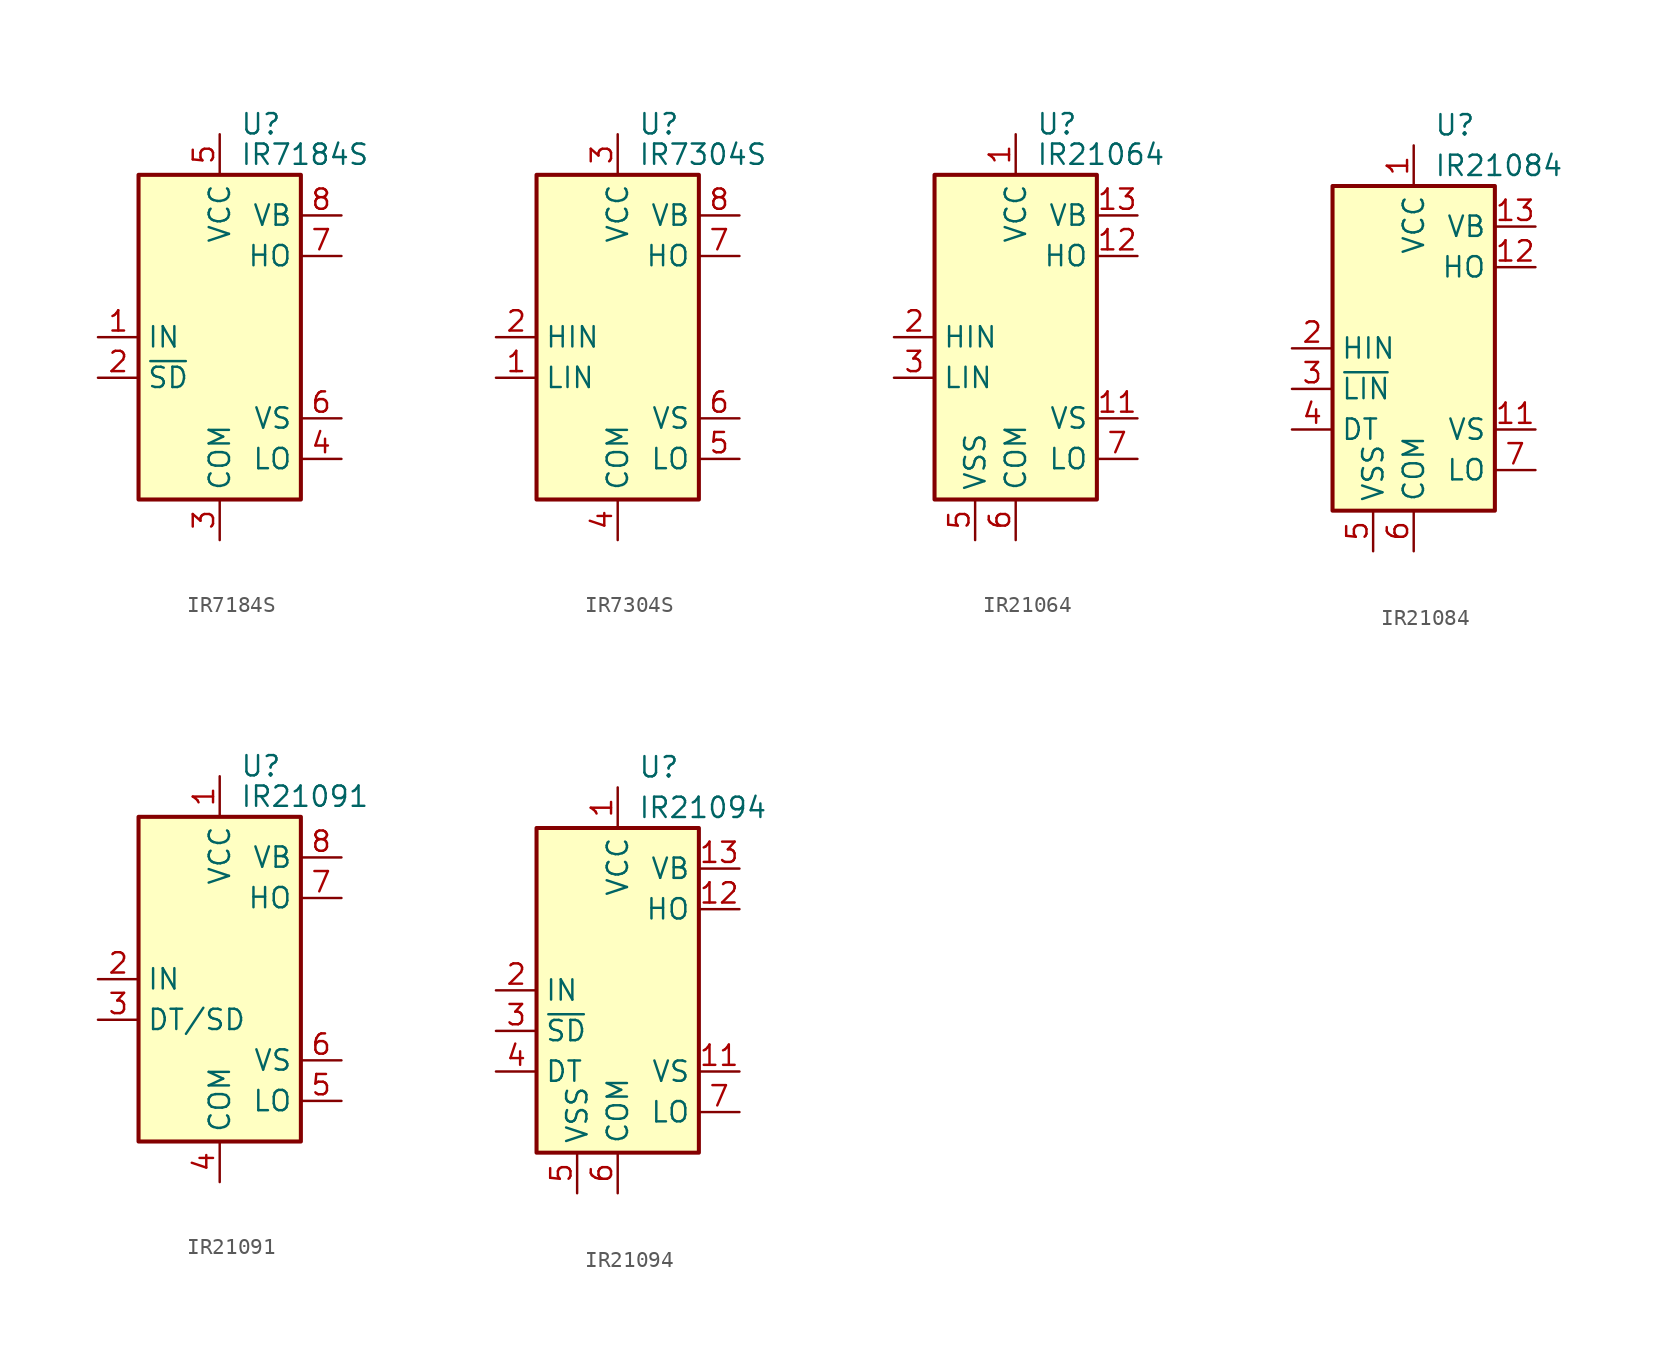
<source format=kicad_sym>
(kicad_symbol_lib
  (version 20201005)
  (generator kicad_symbol_editor)
  (symbol "Driver_FET:IR7184S"
    (property "Reference" "U"
      (at 1.27 13.335 0)
      (effects (font (size 1.27 1.27)) (justify left)))
    (property "Value" "IR7184S"
      (at 1.27 11.43 0)
      (effects (font (size 1.27 1.27)) (justify left)))
    (symbol "IR7184S_0_1"
      (rectangle (start -5.08 -10.16) (end 5.08 10.16) (stroke (width 0.254)) (fill (type background))))
    (symbol "IR7184S_1_1"
      (pin input line (at -7.62 0 0) (length 2.54) (name "IN" (effects (font (size 1.27 1.27)))) (number "1" (effects (font (size 1.27 1.27)))))
      (pin input line (at -7.62 -2.54 0) (length 2.54) (name "~SD" (effects (font (size 1.27 1.27)))) (number "2" (effects (font (size 1.27 1.27)))))
      (pin power_in line (at 0 -12.7 90) (length 2.54) (name "COM" (effects (font (size 1.27 1.27)))) (number "3" (effects (font (size 1.27 1.27)))))
      (pin output line (at 7.62 -7.62 180) (length 2.54) (name "LO" (effects (font (size 1.27 1.27)))) (number "4" (effects (font (size 1.27 1.27)))))
      (pin power_in line (at 0 12.7 270) (length 2.54) (name "VCC" (effects (font (size 1.27 1.27)))) (number "5" (effects (font (size 1.27 1.27)))))
      (pin passive line (at 7.62 -5.08 180) (length 2.54) (name "VS" (effects (font (size 1.27 1.27)))) (number "6" (effects (font (size 1.27 1.27)))))
      (pin output line (at 7.62 5.08 180) (length 2.54) (name "HO" (effects (font (size 1.27 1.27)))) (number "7" (effects (font (size 1.27 1.27)))))
      (pin passive line (at 7.62 7.62 180) (length 2.54) (name "VB" (effects (font (size 1.27 1.27)))) (number "8" (effects (font (size 1.27 1.27)))))))
  (symbol "Driver_FET:IR7304S"
    (property "Reference" "U"
      (at 1.27 13.335 0)
      (effects (font (size 1.27 1.27)) (justify left)))
    (property "Value" "IR7304S"
      (at 1.27 11.43 0)
      (effects (font (size 1.27 1.27)) (justify left)))
    (symbol "IR7304S_0_1"
      (rectangle (start -5.08 -10.16) (end 5.08 10.16) (stroke (width 0.254)) (fill (type background))))
    (symbol "IR7304S_1_1"
      (pin input line (at -7.62 -2.54 0) (length 2.54) (name "LIN" (effects (font (size 1.27 1.27)))) (number "1" (effects (font (size 1.27 1.27)))))
      (pin input line (at -7.62 0 0) (length 2.54) (name "HIN" (effects (font (size 1.27 1.27)))) (number "2" (effects (font (size 1.27 1.27)))))
      (pin power_in line (at 0 12.7 270) (length 2.54) (name "VCC" (effects (font (size 1.27 1.27)))) (number "3" (effects (font (size 1.27 1.27)))))
      (pin power_in line (at 0 -12.7 90) (length 2.54) (name "COM" (effects (font (size 1.27 1.27)))) (number "4" (effects (font (size 1.27 1.27)))))
      (pin output line (at 7.62 -7.62 180) (length 2.54) (name "LO" (effects (font (size 1.27 1.27)))) (number "5" (effects (font (size 1.27 1.27)))))
      (pin passive line (at 7.62 -5.08 180) (length 2.54) (name "VS" (effects (font (size 1.27 1.27)))) (number "6" (effects (font (size 1.27 1.27)))))
      (pin output line (at 7.62 5.08 180) (length 2.54) (name "HO" (effects (font (size 1.27 1.27)))) (number "7" (effects (font (size 1.27 1.27)))))
      (pin passive line (at 7.62 7.62 180) (length 2.54) (name "VB" (effects (font (size 1.27 1.27)))) (number "8" (effects (font (size 1.27 1.27)))))))
  (symbol "Driver_FET:IR21064"
    (property "Reference" "U"
      (at 1.27 13.335 0)
      (effects (font (size 1.27 1.27)) (justify left)))
    (property "Value" "IR21064"
      (at 1.27 11.43 0)
      (effects (font (size 1.27 1.27)) (justify left)))
    (symbol "IR21064_0_1"
      (rectangle (start -5.08 -10.16) (end 5.08 10.16) (stroke (width 0.254)) (fill (type background))))
    (symbol "IR21064_1_1"
      (pin power_in line (at 0 12.7 270) (length 2.54) (name "VCC" (effects (font (size 1.27 1.27)))) (number "1" (effects (font (size 1.27 1.27)))))
      (pin no_connect line (at 5.08 2.54 180) (length 2.54) hide (name "NC" (effects (font (size 1.27 1.27)))) (number "10" (effects (font (size 1.27 1.27)))))
      (pin passive line (at 7.62 -5.08 180) (length 2.54) (name "VS" (effects (font (size 1.27 1.27)))) (number "11" (effects (font (size 1.27 1.27)))))
      (pin output line (at 7.62 5.08 180) (length 2.54) (name "HO" (effects (font (size 1.27 1.27)))) (number "12" (effects (font (size 1.27 1.27)))))
      (pin passive line (at 7.62 7.62 180) (length 2.54) (name "VB" (effects (font (size 1.27 1.27)))) (number "13" (effects (font (size 1.27 1.27)))))
      (pin no_connect line (at 5.08 0 180) (length 2.54) hide (name "NC" (effects (font (size 1.27 1.27)))) (number "14" (effects (font (size 1.27 1.27)))))
      (pin input line (at -7.62 0 0) (length 2.54) (name "HIN" (effects (font (size 1.27 1.27)))) (number "2" (effects (font (size 1.27 1.27)))))
      (pin input line (at -7.62 -2.54 0) (length 2.54) (name "LIN" (effects (font (size 1.27 1.27)))) (number "3" (effects (font (size 1.27 1.27)))))
      (pin no_connect line (at -5.08 7.62 0) (length 2.54) hide (name "NC" (effects (font (size 1.27 1.27)))) (number "4" (effects (font (size 1.27 1.27)))))
      (pin power_in line (at -2.54 -12.7 90) (length 2.54) (name "VSS" (effects (font (size 1.27 1.27)))) (number "5" (effects (font (size 1.27 1.27)))))
      (pin power_in line (at 0 -12.7 90) (length 2.54) (name "COM" (effects (font (size 1.27 1.27)))) (number "6" (effects (font (size 1.27 1.27)))))
      (pin output line (at 7.62 -7.62 180) (length 2.54) (name "LO" (effects (font (size 1.27 1.27)))) (number "7" (effects (font (size 1.27 1.27)))))
      (pin no_connect line (at -5.08 5.08 0) (length 2.54) hide (name "NC" (effects (font (size 1.27 1.27)))) (number "8" (effects (font (size 1.27 1.27)))))
      (pin no_connect line (at -5.08 2.54 0) (length 2.54) hide (name "NC" (effects (font (size 1.27 1.27)))) (number "9" (effects (font (size 1.27 1.27)))))))
  (symbol "Driver_FET:IR21084"
    (property "Reference" "U"
      (at 1.27 13.97 0)
      (effects (font (size 1.27 1.27)) (justify left)))
    (property "Value" "IR21084"
      (at 1.27 11.43 0)
      (effects (font (size 1.27 1.27)) (justify left)))
    (symbol "IR21084_0_1"
      (rectangle (start -5.08 -10.16) (end 5.08 10.16) (stroke (width 0.254)) (fill (type background))))
    (symbol "IR21084_1_1"
      (pin power_in line (at 0 12.7 270) (length 2.54) (name "VCC" (effects (font (size 1.27 1.27)))) (number "1" (effects (font (size 1.27 1.27)))))
      (pin no_connect line (at -5.08 2.54 0) (length 2.54) hide (name "NC" (effects (font (size 1.27 1.27)))) (number "10" (effects (font (size 1.27 1.27)))))
      (pin passive line (at 7.62 -5.08 180) (length 2.54) (name "VS" (effects (font (size 1.27 1.27)))) (number "11" (effects (font (size 1.27 1.27)))))
      (pin output line (at 7.62 5.08 180) (length 2.54) (name "HO" (effects (font (size 1.27 1.27)))) (number "12" (effects (font (size 1.27 1.27)))))
      (pin passive line (at 7.62 7.62 180) (length 2.54) (name "VB" (effects (font (size 1.27 1.27)))) (number "13" (effects (font (size 1.27 1.27)))))
      (pin no_connect line (at 5.08 2.54 180) (length 2.54) hide (name "NC" (effects (font (size 1.27 1.27)))) (number "14" (effects (font (size 1.27 1.27)))))
      (pin input line (at -7.62 0 0) (length 2.54) (name "HIN" (effects (font (size 1.27 1.27)))) (number "2" (effects (font (size 1.27 1.27)))))
      (pin input line (at -7.62 -2.54 0) (length 2.54) (name "~LIN" (effects (font (size 1.27 1.27)))) (number "3" (effects (font (size 1.27 1.27)))))
      (pin input line (at -7.62 -5.08 0) (length 2.54) (name "DT" (effects (font (size 1.27 1.27)))) (number "4" (effects (font (size 1.27 1.27)))))
      (pin power_in line (at -2.54 -12.7 90) (length 2.54) (name "VSS" (effects (font (size 1.27 1.27)))) (number "5" (effects (font (size 1.27 1.27)))))
      (pin power_in line (at 0 -12.7 90) (length 2.54) (name "COM" (effects (font (size 1.27 1.27)))) (number "6" (effects (font (size 1.27 1.27)))))
      (pin output line (at 7.62 -7.62 180) (length 2.54) (name "LO" (effects (font (size 1.27 1.27)))) (number "7" (effects (font (size 1.27 1.27)))))
      (pin no_connect line (at -5.08 7.62 0) (length 2.54) hide (name "NC" (effects (font (size 1.27 1.27)))) (number "8" (effects (font (size 1.27 1.27)))))
      (pin no_connect line (at -5.08 5.08 0) (length 2.54) hide (name "NC" (effects (font (size 1.27 1.27)))) (number "9" (effects (font (size 1.27 1.27)))))))
  (symbol "Driver_FET:IR21091"
    (property "Reference" "U"
      (at 1.27 13.335 0)
      (effects (font (size 1.27 1.27)) (justify left)))
    (property "Value" "IR21091"
      (at 1.27 11.43 0)
      (effects (font (size 1.27 1.27)) (justify left)))
    (symbol "IR21091_0_1"
      (rectangle (start -5.08 -10.16) (end 5.08 10.16) (stroke (width 0.254)) (fill (type background))))
    (symbol "IR21091_1_1"
      (pin power_in line (at 0 12.7 270) (length 2.54) (name "VCC" (effects (font (size 1.27 1.27)))) (number "1" (effects (font (size 1.27 1.27)))))
      (pin input line (at -7.62 0 0) (length 2.54) (name "IN" (effects (font (size 1.27 1.27)))) (number "2" (effects (font (size 1.27 1.27)))))
      (pin input line (at -7.62 -2.54 0) (length 2.54) (name "DT/SD" (effects (font (size 1.27 1.27)))) (number "3" (effects (font (size 1.27 1.27)))))
      (pin power_in line (at 0 -12.7 90) (length 2.54) (name "COM" (effects (font (size 1.27 1.27)))) (number "4" (effects (font (size 1.27 1.27)))))
      (pin output line (at 7.62 -7.62 180) (length 2.54) (name "LO" (effects (font (size 1.27 1.27)))) (number "5" (effects (font (size 1.27 1.27)))))
      (pin passive line (at 7.62 -5.08 180) (length 2.54) (name "VS" (effects (font (size 1.27 1.27)))) (number "6" (effects (font (size 1.27 1.27)))))
      (pin output line (at 7.62 5.08 180) (length 2.54) (name "HO" (effects (font (size 1.27 1.27)))) (number "7" (effects (font (size 1.27 1.27)))))
      (pin passive line (at 7.62 7.62 180) (length 2.54) (name "VB" (effects (font (size 1.27 1.27)))) (number "8" (effects (font (size 1.27 1.27)))))))
  (symbol "Driver_FET:IR21094"
    (property "Reference" "U"
      (at 1.27 13.97 0)
      (effects (font (size 1.27 1.27)) (justify left)))
    (property "Value" "IR21094"
      (at 1.27 11.43 0)
      (effects (font (size 1.27 1.27)) (justify left)))
    (symbol "IR21094_0_1"
      (rectangle (start -5.08 -10.16) (end 5.08 10.16) (stroke (width 0.254)) (fill (type background))))
    (symbol "IR21094_1_1"
      (pin power_in line (at 0 12.7 270) (length 2.54) (name "VCC" (effects (font (size 1.27 1.27)))) (number "1" (effects (font (size 1.27 1.27)))))
      (pin no_connect line (at -5.08 2.54 0) (length 2.54) hide (name "NC" (effects (font (size 1.27 1.27)))) (number "10" (effects (font (size 1.27 1.27)))))
      (pin passive line (at 7.62 -5.08 180) (length 2.54) (name "VS" (effects (font (size 1.27 1.27)))) (number "11" (effects (font (size 1.27 1.27)))))
      (pin output line (at 7.62 5.08 180) (length 2.54) (name "HO" (effects (font (size 1.27 1.27)))) (number "12" (effects (font (size 1.27 1.27)))))
      (pin passive line (at 7.62 7.62 180) (length 2.54) (name "VB" (effects (font (size 1.27 1.27)))) (number "13" (effects (font (size 1.27 1.27)))))
      (pin no_connect line (at 5.08 2.54 180) (length 2.54) hide (name "NC" (effects (font (size 1.27 1.27)))) (number "14" (effects (font (size 1.27 1.27)))))
      (pin input line (at -7.62 0 0) (length 2.54) (name "IN" (effects (font (size 1.27 1.27)))) (number "2" (effects (font (size 1.27 1.27)))))
      (pin input line (at -7.62 -2.54 0) (length 2.54) (name "~SD" (effects (font (size 1.27 1.27)))) (number "3" (effects (font (size 1.27 1.27)))))
      (pin input line (at -7.62 -5.08 0) (length 2.54) (name "DT" (effects (font (size 1.27 1.27)))) (number "4" (effects (font (size 1.27 1.27)))))
      (pin power_in line (at -2.54 -12.7 90) (length 2.54) (name "VSS" (effects (font (size 1.27 1.27)))) (number "5" (effects (font (size 1.27 1.27)))))
      (pin power_in line (at 0 -12.7 90) (length 2.54) (name "COM" (effects (font (size 1.27 1.27)))) (number "6" (effects (font (size 1.27 1.27)))))
      (pin output line (at 7.62 -7.62 180) (length 2.54) (name "LO" (effects (font (size 1.27 1.27)))) (number "7" (effects (font (size 1.27 1.27)))))
      (pin no_connect line (at -5.08 7.62 0) (length 2.54) hide (name "NC" (effects (font (size 1.27 1.27)))) (number "8" (effects (font (size 1.27 1.27)))))
      (pin no_connect line (at -5.08 5.08 0) (length 2.54) hide (name "NC" (effects (font (size 1.27 1.27)))) (number "9" (effects (font (size 1.27 1.27))))))))
</source>
